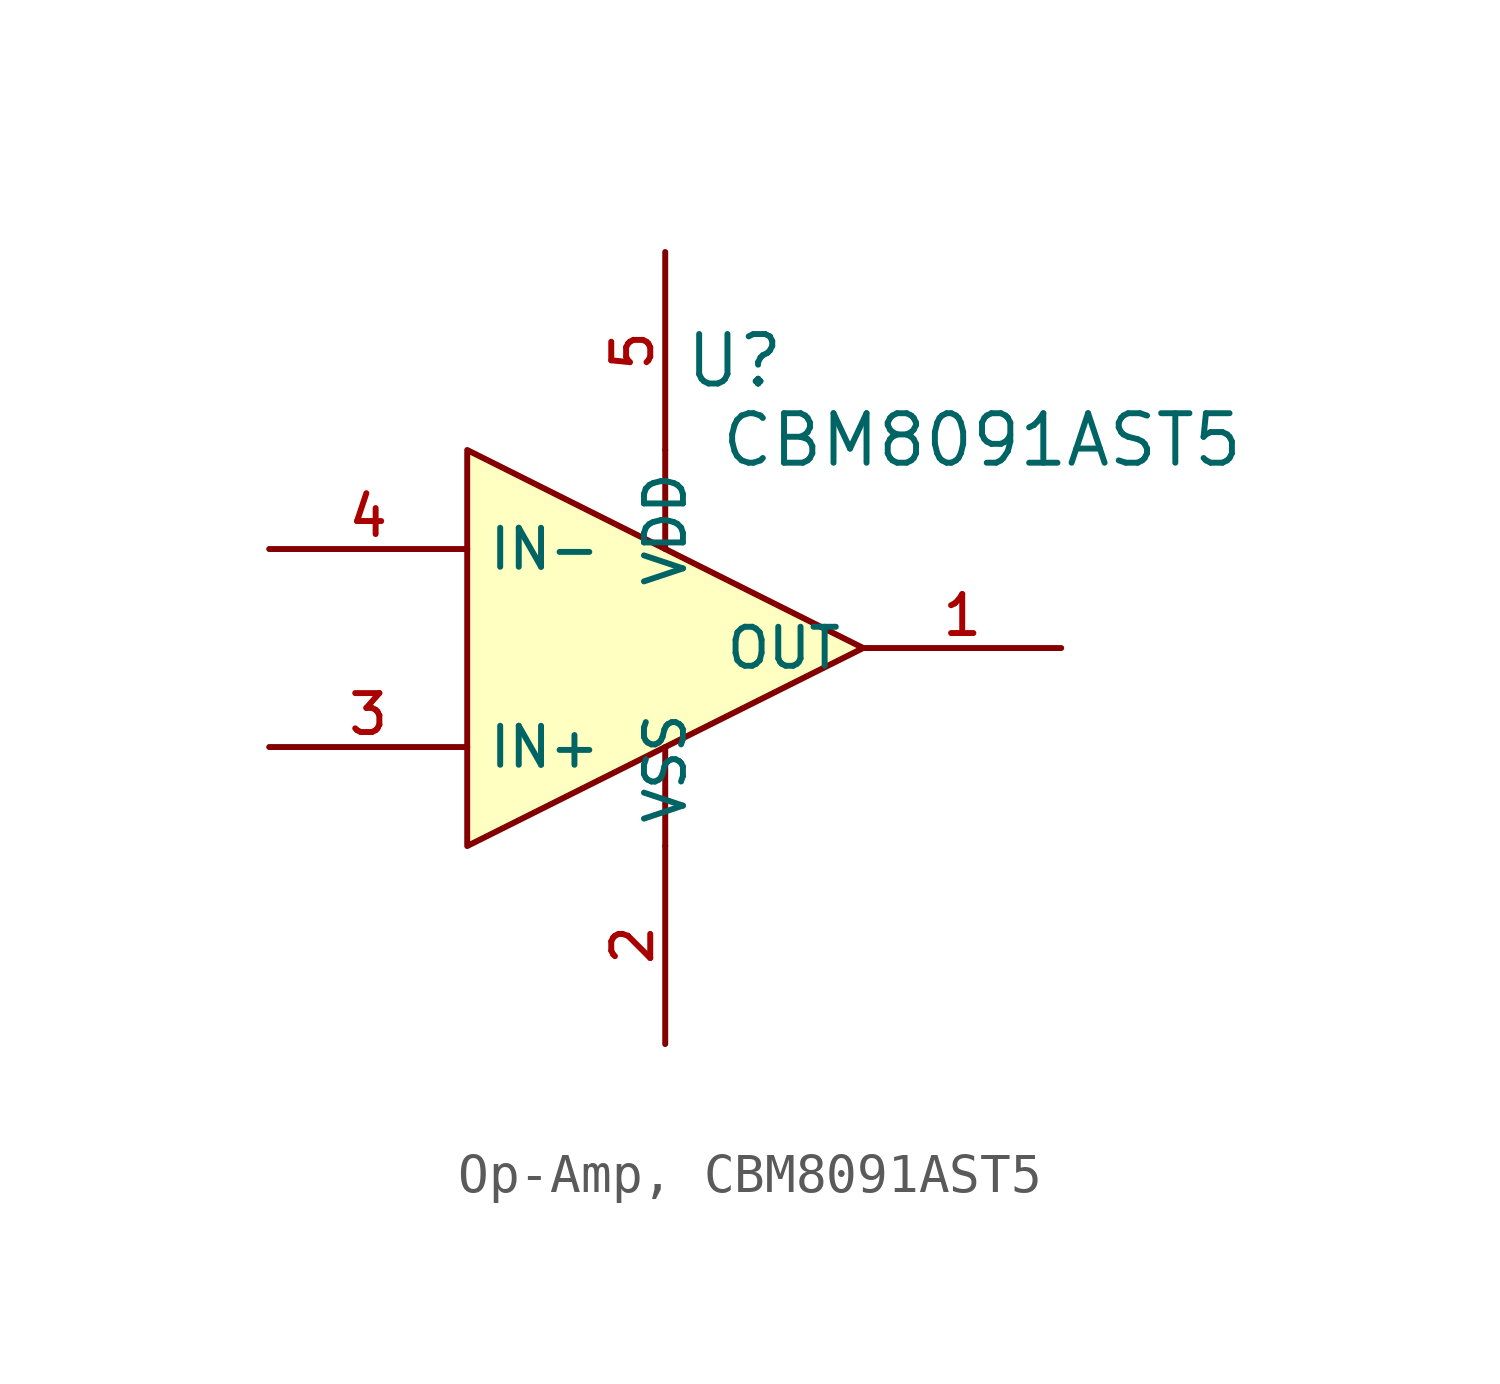
<source format=kicad_sym>
(kicad_symbol_lib
  (version 20231120)
  (generator "CDFER_Archive_Tool")
  (generator_version "0.0")
  (symbol "Op-Amp, CBM8091AST5"
    (property "Reference" "U"
      (at 1.778 7.366 0)
      (effects (font (size 1.27 1.27))))
    (property "Value" "CBM8091AST5"
      (at 8.128 5.334 0)
      (effects (font (size 1.27 1.27))))
    (symbol "Op-Amp, CBM8091AST5_0_1"
      (polyline (pts (xy 0 -2.54) (xy 0 -5.08)) (stroke (width 0) (type default)) (fill (type none)))
      (polyline (pts (xy 0 5.08) (xy 0 2.54)) (stroke (width 0) (type default)) (fill (type none)))
      (pin output line (at 10.16 0 180) (length 5.08) (name "OUT" (effects (font (size 1 1)))) (number "1" (effects (font (size 1 1)))))
      (pin power_in line (at 0 -10.16 90) (length 5.08) (name "VSS" (effects (font (size 1 1)))) (number "2" (effects (font (size 1 1)))))
      (pin unspecified line (at -10.16 -2.54 0) (length 5.08) (name "IN+" (effects (font (size 1 1)))) (number "3" (effects (font (size 1 1)))))
      (pin unspecified line (at -10.16 2.54 0) (length 5.08) (name "IN-" (effects (font (size 1 1)))) (number "4" (effects (font (size 1 1)))))
      (pin power_in line (at 0 10.16 270) (length 5.08) (name "VDD" (effects (font (size 1 1)))) (number "5" (effects (font (size 1 1))))))
    (symbol "Op-Amp, CBM8091AST5_1_1"
      (polyline (pts (xy -5.08 -5.08) (xy 5.08 0) (xy -5.08 5.08) (xy -5.08 -5.08)) (stroke (width 0) (type default)) (fill (type background))))))
</source>
